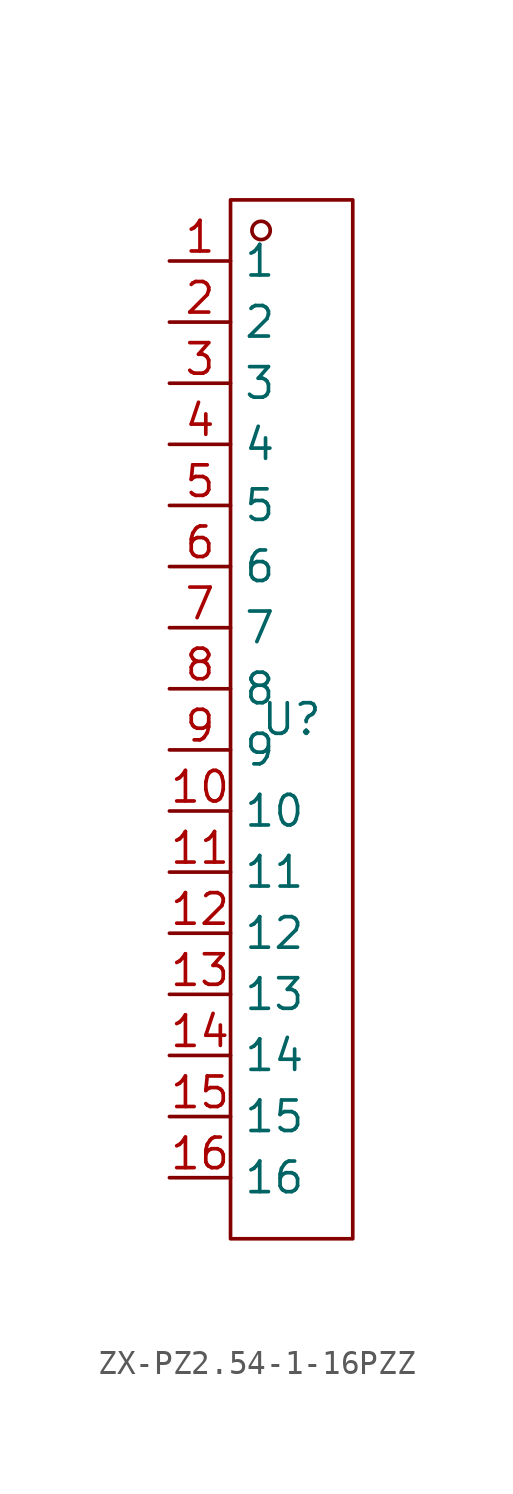
<source format=kicad_sym>
(kicad_symbol_lib
  (version 20241209)
  (generator "kicad_symbol_editor")
  (generator_version "9.0")
  (symbol "ZX-PZ2.54-1-16PZZ"
    (property "Reference" "U"
      (at 0 0 0)
      (effects (font (size 1.27 1.27))))
    (property "Value" ""
      (at 0 0 0)
      (effects (font (size 1.27 1.27))))
    (symbol "ZX-PZ2.54-1-16PZZ_1_0"
      (rectangle (start -2.54 -21.59) (end 2.54 21.59) (stroke (width 0) (type default)) (fill (type none)))
      (circle (center -1.27 20.32) (radius 0.381) (stroke (width 0) (type default)) (fill (type none)))
      (pin unspecified line (at -5.08 19.05 0) (length 2.54) (name "1" (effects (font (size 1.27 1.27)))) (number "1" (effects (font (size 1.27 1.27)))))
      (pin unspecified line (at -5.08 16.51 0) (length 2.54) (name "2" (effects (font (size 1.27 1.27)))) (number "2" (effects (font (size 1.27 1.27)))))
      (pin unspecified line (at -5.08 13.97 0) (length 2.54) (name "3" (effects (font (size 1.27 1.27)))) (number "3" (effects (font (size 1.27 1.27)))))
      (pin unspecified line (at -5.08 11.43 0) (length 2.54) (name "4" (effects (font (size 1.27 1.27)))) (number "4" (effects (font (size 1.27 1.27)))))
      (pin unspecified line (at -5.08 8.89 0) (length 2.54) (name "5" (effects (font (size 1.27 1.27)))) (number "5" (effects (font (size 1.27 1.27)))))
      (pin unspecified line (at -5.08 6.35 0) (length 2.54) (name "6" (effects (font (size 1.27 1.27)))) (number "6" (effects (font (size 1.27 1.27)))))
      (pin unspecified line (at -5.08 3.81 0) (length 2.54) (name "7" (effects (font (size 1.27 1.27)))) (number "7" (effects (font (size 1.27 1.27)))))
      (pin unspecified line (at -5.08 1.27 0) (length 2.54) (name "8" (effects (font (size 1.27 1.27)))) (number "8" (effects (font (size 1.27 1.27)))))
      (pin unspecified line (at -5.08 -1.27 0) (length 2.54) (name "9" (effects (font (size 1.27 1.27)))) (number "9" (effects (font (size 1.27 1.27)))))
      (pin unspecified line (at -5.08 -3.81 0) (length 2.54) (name "10" (effects (font (size 1.27 1.27)))) (number "10" (effects (font (size 1.27 1.27)))))
      (pin unspecified line (at -5.08 -6.35 0) (length 2.54) (name "11" (effects (font (size 1.27 1.27)))) (number "11" (effects (font (size 1.27 1.27)))))
      (pin unspecified line (at -5.08 -8.89 0) (length 2.54) (name "12" (effects (font (size 1.27 1.27)))) (number "12" (effects (font (size 1.27 1.27)))))
      (pin unspecified line (at -5.08 -11.43 0) (length 2.54) (name "13" (effects (font (size 1.27 1.27)))) (number "13" (effects (font (size 1.27 1.27)))))
      (pin unspecified line (at -5.08 -13.97 0) (length 2.54) (name "14" (effects (font (size 1.27 1.27)))) (number "14" (effects (font (size 1.27 1.27)))))
      (pin unspecified line (at -5.08 -16.51 0) (length 2.54) (name "15" (effects (font (size 1.27 1.27)))) (number "15" (effects (font (size 1.27 1.27)))))
      (pin unspecified line (at -5.08 -19.05 0) (length 2.54) (name "16" (effects (font (size 1.27 1.27)))) (number "16" (effects (font (size 1.27 1.27))))))))
</source>
